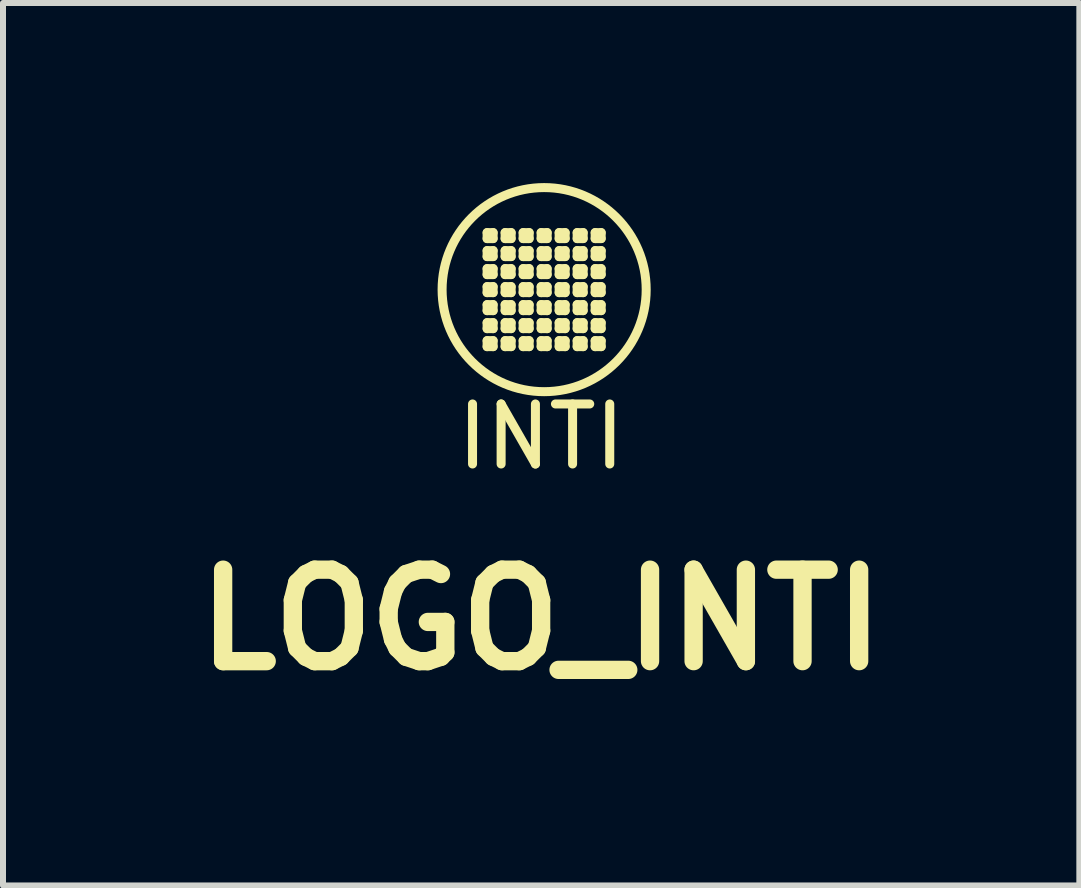
<source format=kicad_pcb>
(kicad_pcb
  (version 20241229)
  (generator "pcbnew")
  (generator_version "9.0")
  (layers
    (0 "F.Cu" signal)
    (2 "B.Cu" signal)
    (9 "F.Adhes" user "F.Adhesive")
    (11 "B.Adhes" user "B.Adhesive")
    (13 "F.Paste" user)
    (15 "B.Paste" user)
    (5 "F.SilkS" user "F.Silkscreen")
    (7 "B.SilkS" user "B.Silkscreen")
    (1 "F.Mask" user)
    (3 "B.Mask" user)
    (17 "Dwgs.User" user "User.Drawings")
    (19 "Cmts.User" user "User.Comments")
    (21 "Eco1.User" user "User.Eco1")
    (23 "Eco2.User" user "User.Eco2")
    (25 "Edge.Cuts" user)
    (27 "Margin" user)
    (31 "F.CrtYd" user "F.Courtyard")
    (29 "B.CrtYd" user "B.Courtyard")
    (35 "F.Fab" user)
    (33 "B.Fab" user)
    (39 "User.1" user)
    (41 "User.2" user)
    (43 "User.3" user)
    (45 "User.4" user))
  (footprint "LOGO_INTI"
    (layer "F.Cu")
    (at 6.015 1.775)
    (property "Reference" "LOGO_INTI" (at -0.05 5.5 0) (layer "F.SilkS") (effects (font (size 1.524 1.524) (thickness 0.305))))
    (attr through_hole)
    (fp_line (start -0.95 -0.95) (end -0.95 -0.85) (stroke (width 0.15) (type solid)) (layer "F.SilkS"))
    (fp_line (start -0.95 -0.85) (end -0.85 -0.85) (stroke (width 0.15) (type solid)) (layer "F.SilkS"))
    (fp_line (start -0.95 -0.65) (end -0.95 -0.55) (stroke (width 0.15) (type solid)) (layer "F.SilkS"))
    (fp_line (start -0.95 -0.55) (end -0.85 -0.55) (stroke (width 0.15) (type solid)) (layer "F.SilkS"))
    (fp_line (start -0.95 -0.35) (end -0.95 -0.25) (stroke (width 0.15) (type solid)) (layer "F.SilkS"))
    (fp_line (start -0.95 -0.25) (end -0.85 -0.25) (stroke (width 0.15) (type solid)) (layer "F.SilkS"))
    (fp_line (start -0.95 -0.05) (end -0.95 0.05) (stroke (width 0.15) (type solid)) (layer "F.SilkS"))
    (fp_line (start -0.95 0.05) (end -0.85 0.05) (stroke (width 0.15) (type solid)) (layer "F.SilkS"))
    (fp_line (start -0.95 0.25) (end -0.95 0.35) (stroke (width 0.15) (type solid)) (layer "F.SilkS"))
    (fp_line (start -0.95 0.35) (end -0.85 0.35) (stroke (width 0.15) (type solid)) (layer "F.SilkS"))
    (fp_line (start -0.95 0.55) (end -0.95 0.65) (stroke (width 0.15) (type solid)) (layer "F.SilkS"))
    (fp_line (start -0.95 0.65) (end -0.85 0.65) (stroke (width 0.15) (type solid)) (layer "F.SilkS"))
    (fp_line (start -0.95 0.85) (end -0.95 0.95) (stroke (width 0.15) (type solid)) (layer "F.SilkS"))
    (fp_line (start -0.95 0.95) (end -0.85 0.95) (stroke (width 0.15) (type solid)) (layer "F.SilkS"))
    (fp_line (start -0.85 -0.95) (end -0.95 -0.95) (stroke (width 0.15) (type solid)) (layer "F.SilkS"))
    (fp_line (start -0.85 -0.85) (end -0.85 -0.95) (stroke (width 0.15) (type solid)) (layer "F.SilkS"))
    (fp_line (start -0.85 -0.65) (end -0.95 -0.65) (stroke (width 0.15) (type solid)) (layer "F.SilkS"))
    (fp_line (start -0.85 -0.55) (end -0.85 -0.65) (stroke (width 0.15) (type solid)) (layer "F.SilkS"))
    (fp_line (start -0.85 -0.35) (end -0.95 -0.35) (stroke (width 0.15) (type solid)) (layer "F.SilkS"))
    (fp_line (start -0.85 -0.25) (end -0.85 -0.35) (stroke (width 0.15) (type solid)) (layer "F.SilkS"))
    (fp_line (start -0.85 -0.05) (end -0.95 -0.05) (stroke (width 0.15) (type solid)) (layer "F.SilkS"))
    (fp_line (start -0.85 0.05) (end -0.85 -0.05) (stroke (width 0.15) (type solid)) (layer "F.SilkS"))
    (fp_line (start -0.85 0.25) (end -0.95 0.25) (stroke (width 0.15) (type solid)) (layer "F.SilkS"))
    (fp_line (start -0.85 0.35) (end -0.85 0.25) (stroke (width 0.15) (type solid)) (layer "F.SilkS"))
    (fp_line (start -0.85 0.55) (end -0.95 0.55) (stroke (width 0.15) (type solid)) (layer "F.SilkS"))
    (fp_line (start -0.85 0.65) (end -0.85 0.55) (stroke (width 0.15) (type solid)) (layer "F.SilkS"))
    (fp_line (start -0.85 0.85) (end -0.95 0.85) (stroke (width 0.15) (type solid)) (layer "F.SilkS"))
    (fp_line (start -0.85 0.95) (end -0.85 0.85) (stroke (width 0.15) (type solid)) (layer "F.SilkS"))
    (fp_line (start -0.65 -0.95) (end -0.65 -0.85) (stroke (width 0.15) (type solid)) (layer "F.SilkS"))
    (fp_line (start -0.65 -0.85) (end -0.55 -0.85) (stroke (width 0.15) (type solid)) (layer "F.SilkS"))
    (fp_line (start -0.65 -0.65) (end -0.65 -0.55) (stroke (width 0.15) (type solid)) (layer "F.SilkS"))
    (fp_line (start -0.65 -0.55) (end -0.55 -0.55) (stroke (width 0.15) (type solid)) (layer "F.SilkS"))
    (fp_line (start -0.65 -0.35) (end -0.65 -0.25) (stroke (width 0.15) (type solid)) (layer "F.SilkS"))
    (fp_line (start -0.65 -0.25) (end -0.55 -0.25) (stroke (width 0.15) (type solid)) (layer "F.SilkS"))
    (fp_line (start -0.65 -0.05) (end -0.65 0.05) (stroke (width 0.15) (type solid)) (layer "F.SilkS"))
    (fp_line (start -0.65 0.05) (end -0.55 0.05) (stroke (width 0.15) (type solid)) (layer "F.SilkS"))
    (fp_line (start -0.65 0.25) (end -0.65 0.35) (stroke (width 0.15) (type solid)) (layer "F.SilkS"))
    (fp_line (start -0.65 0.35) (end -0.55 0.35) (stroke (width 0.15) (type solid)) (layer "F.SilkS"))
    (fp_line (start -0.65 0.55) (end -0.65 0.65) (stroke (width 0.15) (type solid)) (layer "F.SilkS"))
    (fp_line (start -0.65 0.65) (end -0.55 0.65) (stroke (width 0.15) (type solid)) (layer "F.SilkS"))
    (fp_line (start -0.65 0.85) (end -0.65 0.95) (stroke (width 0.15) (type solid)) (layer "F.SilkS"))
    (fp_line (start -0.65 0.95) (end -0.55 0.95) (stroke (width 0.15) (type solid)) (layer "F.SilkS"))
    (fp_line (start -0.55 -0.95) (end -0.65 -0.95) (stroke (width 0.15) (type solid)) (layer "F.SilkS"))
    (fp_line (start -0.55 -0.85) (end -0.55 -0.95) (stroke (width 0.15) (type solid)) (layer "F.SilkS"))
    (fp_line (start -0.55 -0.65) (end -0.65 -0.65) (stroke (width 0.15) (type solid)) (layer "F.SilkS"))
    (fp_line (start -0.55 -0.55) (end -0.55 -0.65) (stroke (width 0.15) (type solid)) (layer "F.SilkS"))
    (fp_line (start -0.55 -0.35) (end -0.65 -0.35) (stroke (width 0.15) (type solid)) (layer "F.SilkS"))
    (fp_line (start -0.55 -0.25) (end -0.55 -0.35) (stroke (width 0.15) (type solid)) (layer "F.SilkS"))
    (fp_line (start -0.55 -0.05) (end -0.65 -0.05) (stroke (width 0.15) (type solid)) (layer "F.SilkS"))
    (fp_line (start -0.55 0.05) (end -0.55 -0.05) (stroke (width 0.15) (type solid)) (layer "F.SilkS"))
    (fp_line (start -0.55 0.25) (end -0.65 0.25) (stroke (width 0.15) (type solid)) (layer "F.SilkS"))
    (fp_line (start -0.55 0.35) (end -0.55 0.25) (stroke (width 0.15) (type solid)) (layer "F.SilkS"))
    (fp_line (start -0.55 0.55) (end -0.65 0.55) (stroke (width 0.15) (type solid)) (layer "F.SilkS"))
    (fp_line (start -0.55 0.65) (end -0.55 0.55) (stroke (width 0.15) (type solid)) (layer "F.SilkS"))
    (fp_line (start -0.55 0.85) (end -0.65 0.85) (stroke (width 0.15) (type solid)) (layer "F.SilkS"))
    (fp_line (start -0.55 0.95) (end -0.55 0.85) (stroke (width 0.15) (type solid)) (layer "F.SilkS"))
    (fp_line (start -0.35 -0.95) (end -0.35 -0.85) (stroke (width 0.15) (type solid)) (layer "F.SilkS"))
    (fp_line (start -0.35 -0.85) (end -0.25 -0.85) (stroke (width 0.15) (type solid)) (layer "F.SilkS"))
    (fp_line (start -0.35 -0.65) (end -0.35 -0.55) (stroke (width 0.15) (type solid)) (layer "F.SilkS"))
    (fp_line (start -0.35 -0.55) (end -0.25 -0.55) (stroke (width 0.15) (type solid)) (layer "F.SilkS"))
    (fp_line (start -0.35 -0.35) (end -0.35 -0.25) (stroke (width 0.15) (type solid)) (layer "F.SilkS"))
    (fp_line (start -0.35 -0.25) (end -0.25 -0.25) (stroke (width 0.15) (type solid)) (layer "F.SilkS"))
    (fp_line (start -0.35 -0.05) (end -0.35 0.05) (stroke (width 0.15) (type solid)) (layer "F.SilkS"))
    (fp_line (start -0.35 0.05) (end -0.25 0.05) (stroke (width 0.15) (type solid)) (layer "F.SilkS"))
    (fp_line (start -0.35 0.25) (end -0.35 0.35) (stroke (width 0.15) (type solid)) (layer "F.SilkS"))
    (fp_line (start -0.35 0.35) (end -0.25 0.35) (stroke (width 0.15) (type solid)) (layer "F.SilkS"))
    (fp_line (start -0.35 0.55) (end -0.35 0.65) (stroke (width 0.15) (type solid)) (layer "F.SilkS"))
    (fp_line (start -0.35 0.65) (end -0.25 0.65) (stroke (width 0.15) (type solid)) (layer "F.SilkS"))
    (fp_line (start -0.35 0.85) (end -0.35 0.95) (stroke (width 0.15) (type solid)) (layer "F.SilkS"))
    (fp_line (start -0.35 0.95) (end -0.25 0.95) (stroke (width 0.15) (type solid)) (layer "F.SilkS"))
    (fp_line (start -0.25 -0.95) (end -0.35 -0.95) (stroke (width 0.15) (type solid)) (layer "F.SilkS"))
    (fp_line (start -0.25 -0.85) (end -0.25 -0.95) (stroke (width 0.15) (type solid)) (layer "F.SilkS"))
    (fp_line (start -0.25 -0.65) (end -0.35 -0.65) (stroke (width 0.15) (type solid)) (layer "F.SilkS"))
    (fp_line (start -0.25 -0.55) (end -0.25 -0.65) (stroke (width 0.15) (type solid)) (layer "F.SilkS"))
    (fp_line (start -0.25 -0.35) (end -0.35 -0.35) (stroke (width 0.15) (type solid)) (layer "F.SilkS"))
    (fp_line (start -0.25 -0.25) (end -0.25 -0.35) (stroke (width 0.15) (type solid)) (layer "F.SilkS"))
    (fp_line (start -0.25 -0.05) (end -0.35 -0.05) (stroke (width 0.15) (type solid)) (layer "F.SilkS"))
    (fp_line (start -0.25 0.05) (end -0.25 -0.05) (stroke (width 0.15) (type solid)) (layer "F.SilkS"))
    (fp_line (start -0.25 0.25) (end -0.35 0.25) (stroke (width 0.15) (type solid)) (layer "F.SilkS"))
    (fp_line (start -0.25 0.35) (end -0.25 0.25) (stroke (width 0.15) (type solid)) (layer "F.SilkS"))
    (fp_line (start -0.25 0.55) (end -0.35 0.55) (stroke (width 0.15) (type solid)) (layer "F.SilkS"))
    (fp_line (start -0.25 0.65) (end -0.25 0.55) (stroke (width 0.15) (type solid)) (layer "F.SilkS"))
    (fp_line (start -0.25 0.85) (end -0.35 0.85) (stroke (width 0.15) (type solid)) (layer "F.SilkS"))
    (fp_line (start -0.25 0.95) (end -0.25 0.85) (stroke (width 0.15) (type solid)) (layer "F.SilkS"))
    (fp_line (start -0.05 -0.95) (end -0.05 -0.85) (stroke (width 0.15) (type solid)) (layer "F.SilkS"))
    (fp_line (start -0.05 -0.85) (end 0.05 -0.85) (stroke (width 0.15) (type solid)) (layer "F.SilkS"))
    (fp_line (start -0.05 -0.65) (end -0.05 -0.55) (stroke (width 0.15) (type solid)) (layer "F.SilkS"))
    (fp_line (start -0.05 -0.55) (end 0.05 -0.55) (stroke (width 0.15) (type solid)) (layer "F.SilkS"))
    (fp_line (start -0.05 -0.35) (end -0.05 -0.25) (stroke (width 0.15) (type solid)) (layer "F.SilkS"))
    (fp_line (start -0.05 -0.25) (end 0.05 -0.25) (stroke (width 0.15) (type solid)) (layer "F.SilkS"))
    (fp_line (start -0.05 -0.05) (end -0.05 0.05) (stroke (width 0.15) (type solid)) (layer "F.SilkS"))
    (fp_line (start -0.05 0.05) (end 0.05 0.05) (stroke (width 0.15) (type solid)) (layer "F.SilkS"))
    (fp_line (start -0.05 0.25) (end -0.05 0.35) (stroke (width 0.15) (type solid)) (layer "F.SilkS"))
    (fp_line (start -0.05 0.35) (end 0.05 0.35) (stroke (width 0.15) (type solid)) (layer "F.SilkS"))
    (fp_line (start -0.05 0.55) (end -0.05 0.65) (stroke (width 0.15) (type solid)) (layer "F.SilkS"))
    (fp_line (start -0.05 0.65) (end 0.05 0.65) (stroke (width 0.15) (type solid)) (layer "F.SilkS"))
    (fp_line (start -0.05 0.85) (end -0.05 0.95) (stroke (width 0.15) (type solid)) (layer "F.SilkS"))
    (fp_line (start -0.05 0.95) (end 0.05 0.95) (stroke (width 0.15) (type solid)) (layer "F.SilkS"))
    (fp_line (start 0.05 -0.95) (end -0.05 -0.95) (stroke (width 0.15) (type solid)) (layer "F.SilkS"))
    (fp_line (start 0.05 -0.85) (end 0.05 -0.95) (stroke (width 0.15) (type solid)) (layer "F.SilkS"))
    (fp_line (start 0.05 -0.65) (end -0.05 -0.65) (stroke (width 0.15) (type solid)) (layer "F.SilkS"))
    (fp_line (start 0.05 -0.55) (end 0.05 -0.65) (stroke (width 0.15) (type solid)) (layer "F.SilkS"))
    (fp_line (start 0.05 -0.35) (end -0.05 -0.35) (stroke (width 0.15) (type solid)) (layer "F.SilkS"))
    (fp_line (start 0.05 -0.25) (end 0.05 -0.35) (stroke (width 0.15) (type solid)) (layer "F.SilkS"))
    (fp_line (start 0.05 -0.05) (end -0.05 -0.05) (stroke (width 0.15) (type solid)) (layer "F.SilkS"))
    (fp_line (start 0.05 0.05) (end 0.05 -0.05) (stroke (width 0.15) (type solid)) (layer "F.SilkS"))
    (fp_line (start 0.05 0.25) (end -0.05 0.25) (stroke (width 0.15) (type solid)) (layer "F.SilkS"))
    (fp_line (start 0.05 0.35) (end 0.05 0.25) (stroke (width 0.15) (type solid)) (layer "F.SilkS"))
    (fp_line (start 0.05 0.55) (end -0.05 0.55) (stroke (width 0.15) (type solid)) (layer "F.SilkS"))
    (fp_line (start 0.05 0.65) (end 0.05 0.55) (stroke (width 0.15) (type solid)) (layer "F.SilkS"))
    (fp_line (start 0.05 0.85) (end -0.05 0.85) (stroke (width 0.15) (type solid)) (layer "F.SilkS"))
    (fp_line (start 0.05 0.95) (end 0.05 0.85) (stroke (width 0.15) (type solid)) (layer "F.SilkS"))
    (fp_line (start 0.25 -0.95) (end 0.25 -0.85) (stroke (width 0.15) (type solid)) (layer "F.SilkS"))
    (fp_line (start 0.25 -0.85) (end 0.35 -0.85) (stroke (width 0.15) (type solid)) (layer "F.SilkS"))
    (fp_line (start 0.25 -0.65) (end 0.25 -0.55) (stroke (width 0.15) (type solid)) (layer "F.SilkS"))
    (fp_line (start 0.25 -0.55) (end 0.35 -0.55) (stroke (width 0.15) (type solid)) (layer "F.SilkS"))
    (fp_line (start 0.25 -0.35) (end 0.25 -0.25) (stroke (width 0.15) (type solid)) (layer "F.SilkS"))
    (fp_line (start 0.25 -0.25) (end 0.35 -0.25) (stroke (width 0.15) (type solid)) (layer "F.SilkS"))
    (fp_line (start 0.25 -0.05) (end 0.25 0.05) (stroke (width 0.15) (type solid)) (layer "F.SilkS"))
    (fp_line (start 0.25 0.05) (end 0.35 0.05) (stroke (width 0.15) (type solid)) (layer "F.SilkS"))
    (fp_line (start 0.25 0.25) (end 0.25 0.35) (stroke (width 0.15) (type solid)) (layer "F.SilkS"))
    (fp_line (start 0.25 0.35) (end 0.35 0.35) (stroke (width 0.15) (type solid)) (layer "F.SilkS"))
    (fp_line (start 0.25 0.55) (end 0.25 0.65) (stroke (width 0.15) (type solid)) (layer "F.SilkS"))
    (fp_line (start 0.25 0.65) (end 0.35 0.65) (stroke (width 0.15) (type solid)) (layer "F.SilkS"))
    (fp_line (start 0.25 0.85) (end 0.25 0.95) (stroke (width 0.15) (type solid)) (layer "F.SilkS"))
    (fp_line (start 0.25 0.95) (end 0.35 0.95) (stroke (width 0.15) (type solid)) (layer "F.SilkS"))
    (fp_line (start 0.35 -0.95) (end 0.25 -0.95) (stroke (width 0.15) (type solid)) (layer "F.SilkS"))
    (fp_line (start 0.35 -0.85) (end 0.35 -0.95) (stroke (width 0.15) (type solid)) (layer "F.SilkS"))
    (fp_line (start 0.35 -0.65) (end 0.25 -0.65) (stroke (width 0.15) (type solid)) (layer "F.SilkS"))
    (fp_line (start 0.35 -0.55) (end 0.35 -0.65) (stroke (width 0.15) (type solid)) (layer "F.SilkS"))
    (fp_line (start 0.35 -0.35) (end 0.25 -0.35) (stroke (width 0.15) (type solid)) (layer "F.SilkS"))
    (fp_line (start 0.35 -0.25) (end 0.35 -0.35) (stroke (width 0.15) (type solid)) (layer "F.SilkS"))
    (fp_line (start 0.35 -0.05) (end 0.25 -0.05) (stroke (width 0.15) (type solid)) (layer "F.SilkS"))
    (fp_line (start 0.35 0.05) (end 0.35 -0.05) (stroke (width 0.15) (type solid)) (layer "F.SilkS"))
    (fp_line (start 0.35 0.25) (end 0.25 0.25) (stroke (width 0.15) (type solid)) (layer "F.SilkS"))
    (fp_line (start 0.35 0.35) (end 0.35 0.25) (stroke (width 0.15) (type solid)) (layer "F.SilkS"))
    (fp_line (start 0.35 0.55) (end 0.25 0.55) (stroke (width 0.15) (type solid)) (layer "F.SilkS"))
    (fp_line (start 0.35 0.65) (end 0.35 0.55) (stroke (width 0.15) (type solid)) (layer "F.SilkS"))
    (fp_line (start 0.35 0.85) (end 0.25 0.85) (stroke (width 0.15) (type solid)) (layer "F.SilkS"))
    (fp_line (start 0.35 0.95) (end 0.35 0.85) (stroke (width 0.15) (type solid)) (layer "F.SilkS"))
    (fp_line (start 0.55 -0.95) (end 0.55 -0.85) (stroke (width 0.15) (type solid)) (layer "F.SilkS"))
    (fp_line (start 0.55 -0.85) (end 0.65 -0.85) (stroke (width 0.15) (type solid)) (layer "F.SilkS"))
    (fp_line (start 0.55 -0.65) (end 0.55 -0.55) (stroke (width 0.15) (type solid)) (layer "F.SilkS"))
    (fp_line (start 0.55 -0.55) (end 0.65 -0.55) (stroke (width 0.15) (type solid)) (layer "F.SilkS"))
    (fp_line (start 0.55 -0.35) (end 0.55 -0.25) (stroke (width 0.15) (type solid)) (layer "F.SilkS"))
    (fp_line (start 0.55 -0.25) (end 0.65 -0.25) (stroke (width 0.15) (type solid)) (layer "F.SilkS"))
    (fp_line (start 0.55 -0.05) (end 0.55 0.05) (stroke (width 0.15) (type solid)) (layer "F.SilkS"))
    (fp_line (start 0.55 0.05) (end 0.65 0.05) (stroke (width 0.15) (type solid)) (layer "F.SilkS"))
    (fp_line (start 0.55 0.25) (end 0.55 0.35) (stroke (width 0.15) (type solid)) (layer "F.SilkS"))
    (fp_line (start 0.55 0.35) (end 0.65 0.35) (stroke (width 0.15) (type solid)) (layer "F.SilkS"))
    (fp_line (start 0.55 0.55) (end 0.55 0.65) (stroke (width 0.15) (type solid)) (layer "F.SilkS"))
    (fp_line (start 0.55 0.65) (end 0.65 0.65) (stroke (width 0.15) (type solid)) (layer "F.SilkS"))
    (fp_line (start 0.55 0.85) (end 0.55 0.95) (stroke (width 0.15) (type solid)) (layer "F.SilkS"))
    (fp_line (start 0.55 0.95) (end 0.65 0.95) (stroke (width 0.15) (type solid)) (layer "F.SilkS"))
    (fp_line (start 0.65 -0.95) (end 0.55 -0.95) (stroke (width 0.15) (type solid)) (layer "F.SilkS"))
    (fp_line (start 0.65 -0.85) (end 0.65 -0.95) (stroke (width 0.15) (type solid)) (layer "F.SilkS"))
    (fp_line (start 0.65 -0.65) (end 0.55 -0.65) (stroke (width 0.15) (type solid)) (layer "F.SilkS"))
    (fp_line (start 0.65 -0.55) (end 0.65 -0.65) (stroke (width 0.15) (type solid)) (layer "F.SilkS"))
    (fp_line (start 0.65 -0.35) (end 0.55 -0.35) (stroke (width 0.15) (type solid)) (layer "F.SilkS"))
    (fp_line (start 0.65 -0.25) (end 0.65 -0.35) (stroke (width 0.15) (type solid)) (layer "F.SilkS"))
    (fp_line (start 0.65 -0.05) (end 0.55 -0.05) (stroke (width 0.15) (type solid)) (layer "F.SilkS"))
    (fp_line (start 0.65 0.05) (end 0.65 -0.05) (stroke (width 0.15) (type solid)) (layer "F.SilkS"))
    (fp_line (start 0.65 0.25) (end 0.55 0.25) (stroke (width 0.15) (type solid)) (layer "F.SilkS"))
    (fp_line (start 0.65 0.35) (end 0.65 0.25) (stroke (width 0.15) (type solid)) (layer "F.SilkS"))
    (fp_line (start 0.65 0.55) (end 0.55 0.55) (stroke (width 0.15) (type solid)) (layer "F.SilkS"))
    (fp_line (start 0.65 0.65) (end 0.65 0.55) (stroke (width 0.15) (type solid)) (layer "F.SilkS"))
    (fp_line (start 0.65 0.85) (end 0.55 0.85) (stroke (width 0.15) (type solid)) (layer "F.SilkS"))
    (fp_line (start 0.65 0.95) (end 0.65 0.85) (stroke (width 0.15) (type solid)) (layer "F.SilkS"))
    (fp_line (start 0.85 -0.95) (end 0.85 -0.85) (stroke (width 0.15) (type solid)) (layer "F.SilkS"))
    (fp_line (start 0.85 -0.85) (end 0.95 -0.85) (stroke (width 0.15) (type solid)) (layer "F.SilkS"))
    (fp_line (start 0.85 -0.65) (end 0.85 -0.55) (stroke (width 0.15) (type solid)) (layer "F.SilkS"))
    (fp_line (start 0.85 -0.55) (end 0.95 -0.55) (stroke (width 0.15) (type solid)) (layer "F.SilkS"))
    (fp_line (start 0.85 -0.35) (end 0.85 -0.25) (stroke (width 0.15) (type solid)) (layer "F.SilkS"))
    (fp_line (start 0.85 -0.25) (end 0.95 -0.25) (stroke (width 0.15) (type solid)) (layer "F.SilkS"))
    (fp_line (start 0.85 -0.05) (end 0.85 0.05) (stroke (width 0.15) (type solid)) (layer "F.SilkS"))
    (fp_line (start 0.85 0.05) (end 0.95 0.05) (stroke (width 0.15) (type solid)) (layer "F.SilkS"))
    (fp_line (start 0.85 0.25) (end 0.85 0.35) (stroke (width 0.15) (type solid)) (layer "F.SilkS"))
    (fp_line (start 0.85 0.35) (end 0.95 0.35) (stroke (width 0.15) (type solid)) (layer "F.SilkS"))
    (fp_line (start 0.85 0.55) (end 0.85 0.65) (stroke (width 0.15) (type solid)) (layer "F.SilkS"))
    (fp_line (start 0.85 0.65) (end 0.95 0.65) (stroke (width 0.15) (type solid)) (layer "F.SilkS"))
    (fp_line (start 0.85 0.85) (end 0.85 0.95) (stroke (width 0.15) (type solid)) (layer "F.SilkS"))
    (fp_line (start 0.85 0.95) (end 0.95 0.95) (stroke (width 0.15) (type solid)) (layer "F.SilkS"))
    (fp_line (start 0.95 -0.95) (end 0.85 -0.95) (stroke (width 0.15) (type solid)) (layer "F.SilkS"))
    (fp_line (start 0.95 -0.85) (end 0.95 -0.95) (stroke (width 0.15) (type solid)) (layer "F.SilkS"))
    (fp_line (start 0.95 -0.65) (end 0.85 -0.65) (stroke (width 0.15) (type solid)) (layer "F.SilkS"))
    (fp_line (start 0.95 -0.55) (end 0.95 -0.65) (stroke (width 0.15) (type solid)) (layer "F.SilkS"))
    (fp_line (start 0.95 -0.35) (end 0.85 -0.35) (stroke (width 0.15) (type solid)) (layer "F.SilkS"))
    (fp_line (start 0.95 -0.25) (end 0.95 -0.35) (stroke (width 0.15) (type solid)) (layer "F.SilkS"))
    (fp_line (start 0.95 -0.05) (end 0.85 -0.05) (stroke (width 0.15) (type solid)) (layer "F.SilkS"))
    (fp_line (start 0.95 0.05) (end 0.95 -0.05) (stroke (width 0.15) (type solid)) (layer "F.SilkS"))
    (fp_line (start 0.95 0.25) (end 0.85 0.25) (stroke (width 0.15) (type solid)) (layer "F.SilkS"))
    (fp_line (start 0.95 0.35) (end 0.95 0.25) (stroke (width 0.15) (type solid)) (layer "F.SilkS"))
    (fp_line (start 0.95 0.55) (end 0.85 0.55) (stroke (width 0.15) (type solid)) (layer "F.SilkS"))
    (fp_line (start 0.95 0.65) (end 0.95 0.55) (stroke (width 0.15) (type solid)) (layer "F.SilkS"))
    (fp_line (start 0.95 0.85) (end 0.85 0.85) (stroke (width 0.15) (type solid)) (layer "F.SilkS"))
    (fp_line (start 0.95 0.95) (end 0.95 0.85) (stroke (width 0.15) (type solid)) (layer "F.SilkS"))
    (fp_circle (center 0 0) (end 0 1.7) (stroke (width 0.15) (type solid)) (fill no) (layer "F.SilkS"))
    (fp_text user "INTI" (at -0.05 2.45 0) (layer "F.SilkS") (effects (font (size 1 1) (thickness 0.15)))))
  (gr_rect
    (start -3 -3)
    (end 14.931 11.701)
    (stroke (width 0.1) (type default))
    (fill no)
    (layer "Edge.Cuts")))
</source>
